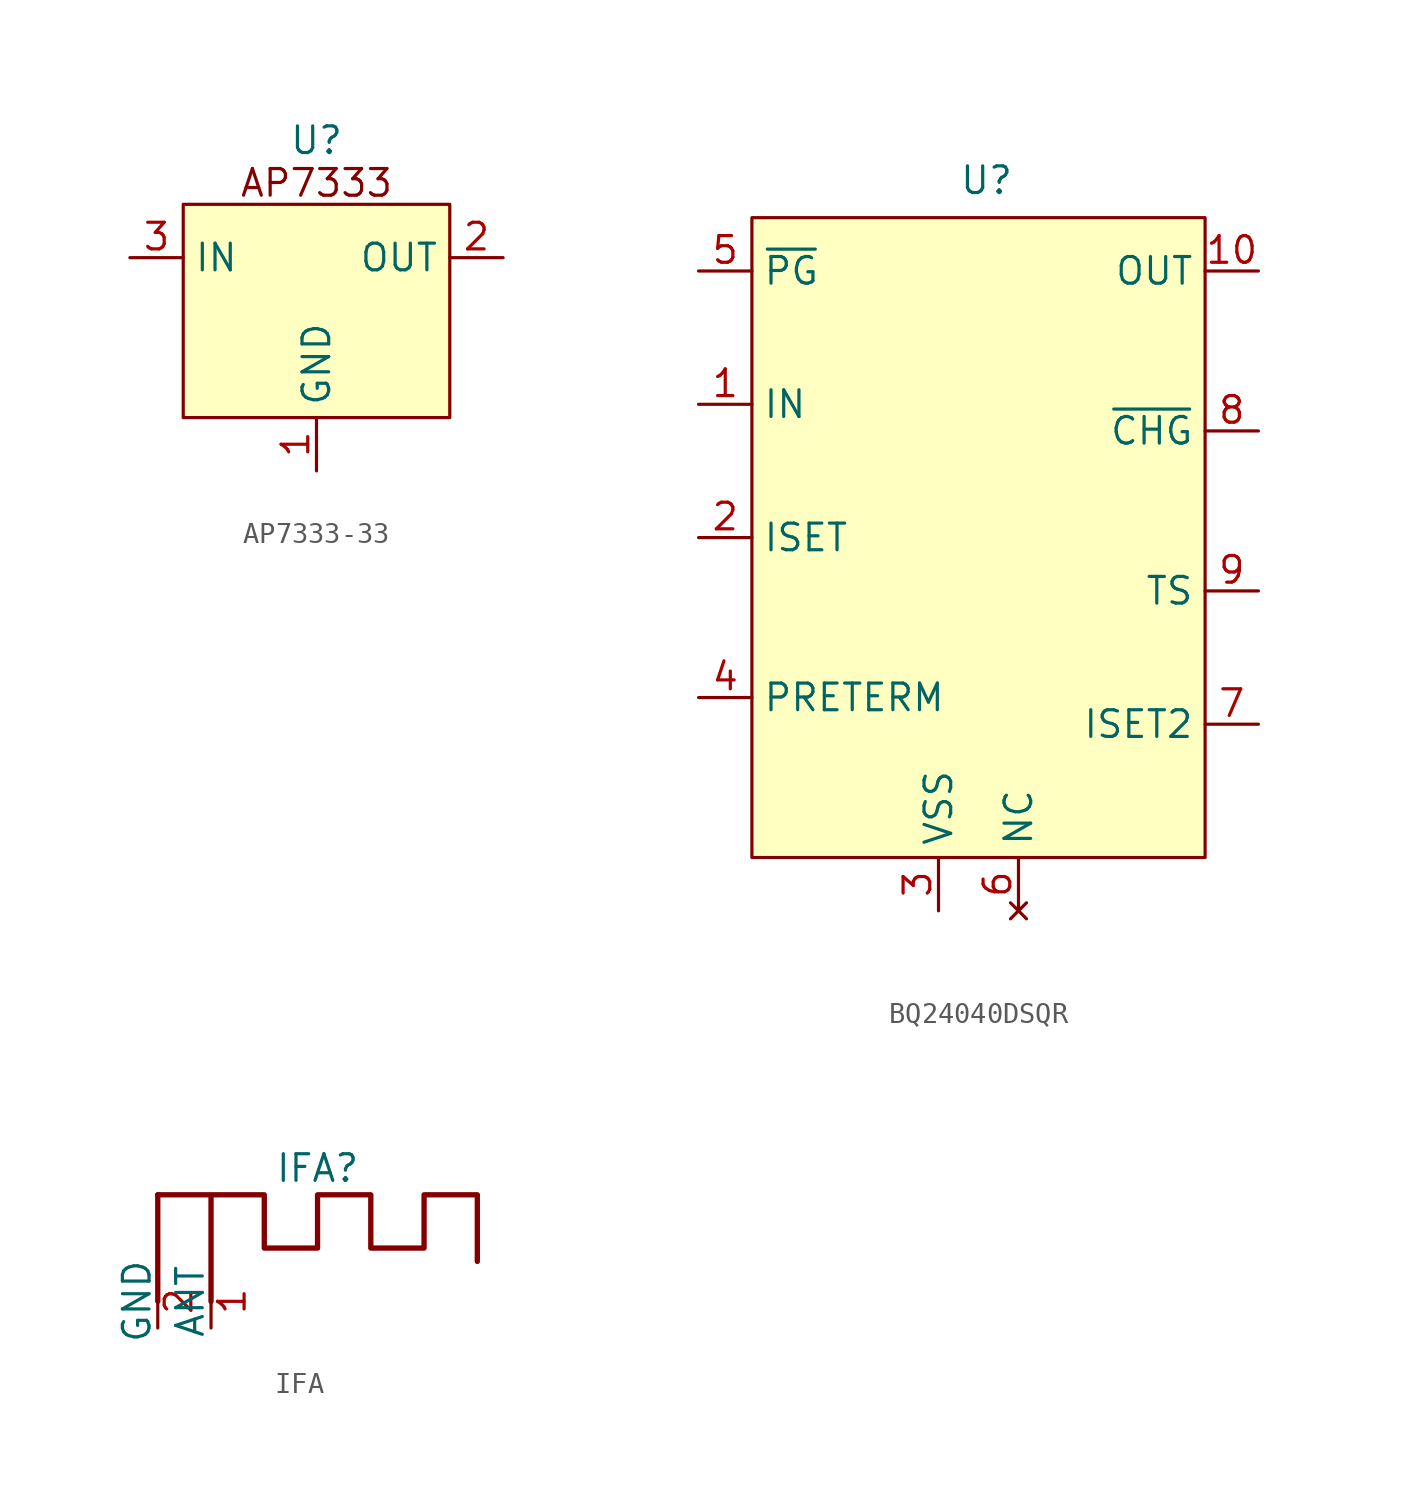
<source format=kicad_sym>
(kicad_symbol_lib
  (version 20241209)
  (generator "kicad_symbol_editor")
  (generator_version "9.0")
  (symbol "AP7333-33"
    (property "Reference" "U"
      (at 0 1.778 0)
      (effects (font (size 1.27 1.27))))
    (property "Value" ""
      (at 0 0 0)
      (effects (font (size 1.27 1.27))))
    (symbol "AP7333-33_1_1"
      (rectangle (start -6.35 -1.27) (end 6.35 -11.43) (stroke (width 0) (type solid)) (fill (type background)))
      (text "AP7333" (at 0 -0.254 0) (effects (font (size 1.27 1.27))))
      (pin power_in line (at -8.89 -3.81 0) (length 2.54) (name "IN" (effects (font (size 1.27 1.27)))) (number "3" (effects (font (size 1.27 1.27)))))
      (pin power_in line (at 0 -13.97 90) (length 2.54) (name "GND" (effects (font (size 1.27 1.27)))) (number "1" (effects (font (size 1.27 1.27)))))
      (pin power_out line (at 8.89 -3.81 180) (length 2.54) (name "OUT" (effects (font (size 1.27 1.27)))) (number "2" (effects (font (size 1.27 1.27)))))))
  (symbol "BQ24040DSQR"
    (property "Reference" "U"
      (at 7.366 0.508 0)
      (effects (font (size 1.27 1.27))))
    (property "Value" ""
      (at 0 0 0)
      (effects (font (size 1.27 1.27))))
    (symbol "BQ24040DSQR_1_1"
      (rectangle (start -3.81 -1.27) (end 17.78 -31.75) (stroke (width 0) (type solid)) (fill (type background)))
      (pin output line (at -6.35 -3.81 0) (length 2.54) (name "~{PG}" (effects (font (size 1.27 1.27)))) (number "5" (effects (font (size 1.27 1.27)))))
      (pin power_in line (at -6.35 -10.16 0) (length 2.54) (name "IN" (effects (font (size 1.27 1.27)))) (number "1" (effects (font (size 1.27 1.27)))))
      (pin passive line (at -6.35 -16.51 0) (length 2.54) (name "ISET" (effects (font (size 1.27 1.27)))) (number "2" (effects (font (size 1.27 1.27)))))
      (pin input line (at -6.35 -24.13 0) (length 2.54) (name "PRETERM" (effects (font (size 1.27 1.27)))) (number "4" (effects (font (size 1.27 1.27)))))
      (pin power_in line (at 5.08 -34.29 90) (length 2.54) (name "VSS" (effects (font (size 1.27 1.27)))) (number "3" (effects (font (size 1.27 1.27)))))
      (pin no_connect line (at 8.89 -34.29 90) (length 2.54) (name "NC" (effects (font (size 1.27 1.27)))) (number "6" (effects (font (size 1.27 1.27)))))
      (pin output line (at 20.32 -3.81 180) (length 2.54) (name "OUT" (effects (font (size 1.27 1.27)))) (number "10" (effects (font (size 1.27 1.27)))))
      (pin output line (at 20.32 -11.43 180) (length 2.54) (name "~{CHG}" (effects (font (size 1.27 1.27)))) (number "8" (effects (font (size 1.27 1.27)))))
      (pin input line (at 20.32 -19.05 180) (length 2.54) (name "TS" (effects (font (size 1.27 1.27)))) (number "9" (effects (font (size 1.27 1.27)))))
      (pin input line (at 20.32 -25.4 180) (length 2.54) (name "ISET2" (effects (font (size 1.27 1.27)))) (number "7" (effects (font (size 1.27 1.27)))))))
  (symbol "IFA"
    (pin_names
      (offset 0))
    (property "Reference" "IFA"
      (at 0 1.27 0)
      (effects (font (size 1.27 1.27))))
    (property "Value" ""
      (at 0 0 0)
      (effects (font (size 1.27 1.27))))
    (symbol "IFA_1_1"
      (polyline (pts (xy -7.62 0) (xy -5.08 0) (xy -5.08 -5.08) (xy -5.08 0) (xy -2.54 0) (xy -2.54 -2.54) (xy 0 -2.54) (xy 0 0) (xy 2.54 0) (xy 2.54 -2.54) (xy 5.08 -2.54) (xy 5.08 0) (xy 7.62 0) (xy 7.62 -2.54) (xy 7.62 -3.175)) (stroke (width 0.254) (type solid)) (fill (type none)))
      (polyline (pts (xy -7.62 -5.08) (xy -7.62 0)) (stroke (width 0.254) (type solid)) (fill (type none)))
      (pin power_in line (at -7.62 -6.35 90) (length 2.54) (name "GND" (effects (font (size 1.27 1.27)))) (number "2" (effects (font (size 1.27 1.27)))))
      (pin bidirectional line (at -5.08 -6.35 90) (length 2.54) (name "ANT" (effects (font (size 1.27 1.27)))) (number "1" (effects (font (size 1.27 1.27))))))))
</source>
